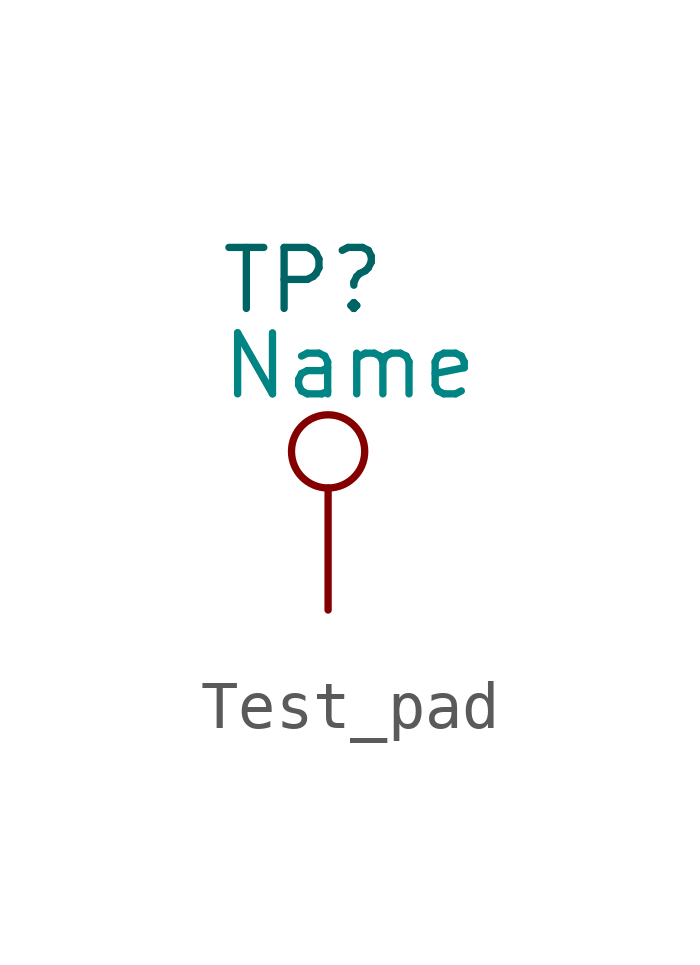
<source format=kicad_sym>
(kicad_symbol_lib
  (version 20241209)
  (generator "kicad_symbol_editor")
  (generator_version "9.0")
  (symbol "Test_pad"
    (pin_numbers
      (hide yes))
    (pin_names
      (hide yes))
    (property "Reference" "TP"
      (at -2.286 6.858 0)
      (effects (font (size 1.27 1.27)) (justify left)))
    (property "Description" "Name"
      (at -2.286 5.08 0)
      (effects (font (size 1.27 1.27) (color 0 132 132 1)) (justify left)))
    (symbol "Test_pad_0_1"
      (circle (center 0 3.302) (radius 0.762) (stroke (width 0) (type default)) (fill (type none))))
    (symbol "Test_pad_1_1"
      (pin passive line (at 0 0 90) (length 2.54) (name "1" (effects (font (size 1.27 1.27)))) (number "1" (effects (font (size 1.27 1.27))))))))
</source>
